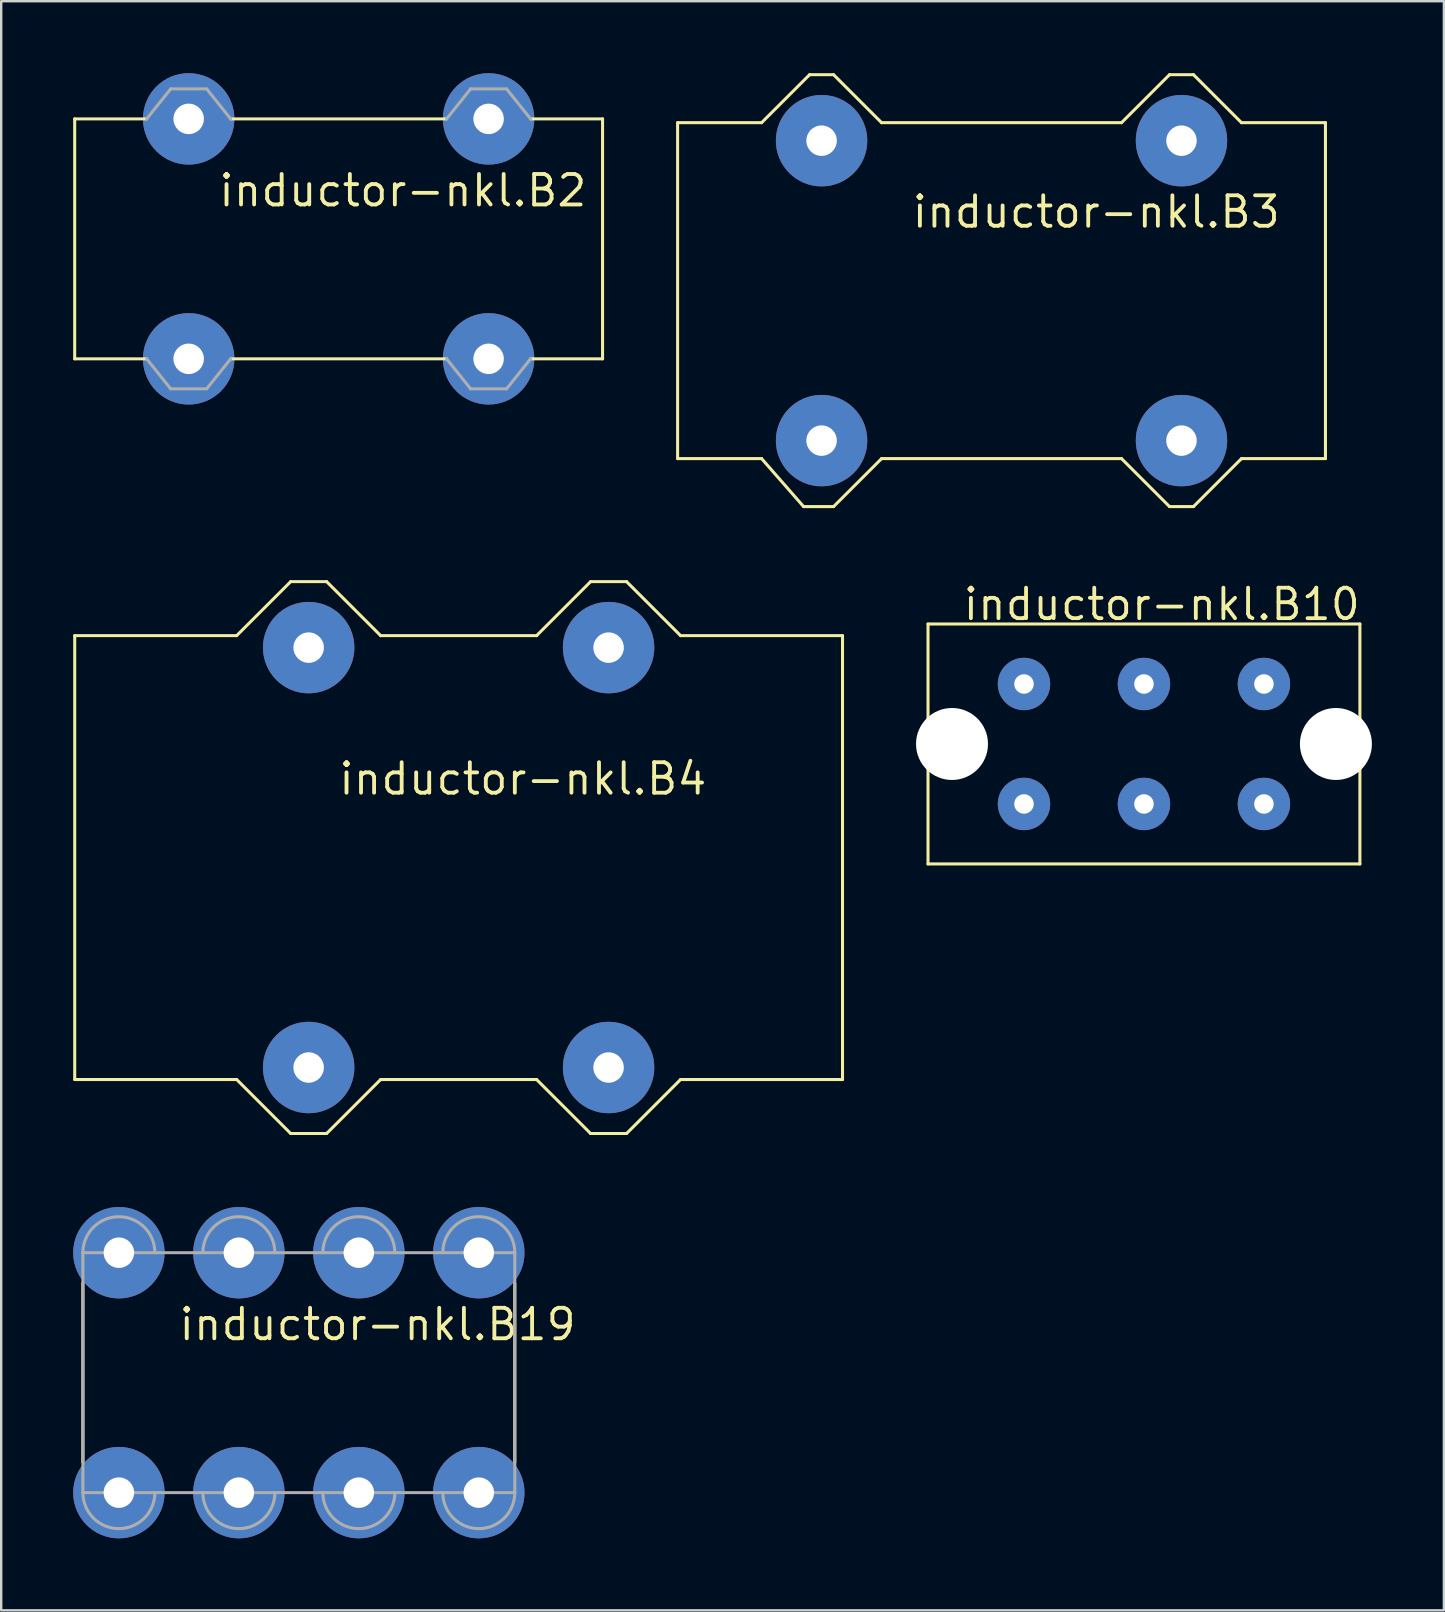
<source format=kicad_pcb>
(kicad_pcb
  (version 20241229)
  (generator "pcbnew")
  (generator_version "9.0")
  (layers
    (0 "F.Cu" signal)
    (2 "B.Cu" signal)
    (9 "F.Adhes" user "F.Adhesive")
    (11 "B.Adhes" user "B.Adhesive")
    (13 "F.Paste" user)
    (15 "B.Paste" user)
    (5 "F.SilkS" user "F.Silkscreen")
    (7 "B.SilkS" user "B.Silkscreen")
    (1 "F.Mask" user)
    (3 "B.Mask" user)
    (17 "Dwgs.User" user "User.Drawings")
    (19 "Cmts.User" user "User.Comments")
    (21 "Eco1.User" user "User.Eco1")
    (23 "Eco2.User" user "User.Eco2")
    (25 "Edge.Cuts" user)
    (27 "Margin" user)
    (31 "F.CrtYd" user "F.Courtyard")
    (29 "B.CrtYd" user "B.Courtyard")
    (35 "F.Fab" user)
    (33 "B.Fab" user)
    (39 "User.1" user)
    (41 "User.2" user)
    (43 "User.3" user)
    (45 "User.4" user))
  (footprint "inductor-nkl.B2"
    (layer "F.Cu")
    (at 11.063 6.905)
    (property "Reference" "inductor-nkl.B2" (at -5.08 -1.27 0) (layer "F.SilkS") (effects (font (size 1.27 1.27) (thickness 0.16)) (justify left bottom)))
    (attr through_hole)
    (fp_line (start -11 -5) (end -8 -5) (stroke (width 0.127) (type default)) (layer "F.SilkS"))
    (fp_line (start -11 5) (end -11 -5) (stroke (width 0.127) (type default)) (layer "F.SilkS"))
    (fp_line (start -8 5) (end -11 5) (stroke (width 0.127) (type default)) (layer "F.SilkS"))
    (fp_line (start -4.5 -5) (end 4.5 -5) (stroke (width 0.127) (type default)) (layer "F.SilkS"))
    (fp_line (start 4.5 5) (end -4.5 5) (stroke (width 0.127) (type default)) (layer "F.SilkS"))
    (fp_line (start 8 -5) (end 11 -5) (stroke (width 0.127) (type default)) (layer "F.SilkS"))
    (fp_line (start 11 -5) (end 11 5) (stroke (width 0.127) (type default)) (layer "F.SilkS"))
    (fp_line (start 11 5) (end 8 5) (stroke (width 0.127) (type default)) (layer "F.SilkS"))
    (fp_line (start -8 -5) (end -7 -6.25) (stroke (width 0.127) (type default)) (layer "F.Fab"))
    (fp_line (start -7 -6.25) (end -5.5 -6.25) (stroke (width 0.127) (type default)) (layer "F.Fab"))
    (fp_line (start -7 6.25) (end -8 5) (stroke (width 0.127) (type default)) (layer "F.Fab"))
    (fp_line (start -5.5 -6.25) (end -4.5 -5) (stroke (width 0.127) (type default)) (layer "F.Fab"))
    (fp_line (start -5.5 6.25) (end -7 6.25) (stroke (width 0.127) (type default)) (layer "F.Fab"))
    (fp_line (start -4.5 5) (end -5.5 6.25) (stroke (width 0.127) (type default)) (layer "F.Fab"))
    (fp_line (start 4.5 -5) (end 5.5 -6.25) (stroke (width 0.127) (type default)) (layer "F.Fab"))
    (fp_line (start 5.5 -6.25) (end 7 -6.25) (stroke (width 0.127) (type default)) (layer "F.Fab"))
    (fp_line (start 5.5 6.25) (end 4.5 5) (stroke (width 0.127) (type default)) (layer "F.Fab"))
    (fp_line (start 7 -6.25) (end 8 -5) (stroke (width 0.127) (type default)) (layer "F.Fab"))
    (fp_line (start 7 6.25) (end 5.5 6.25) (stroke (width 0.127) (type default)) (layer "F.Fab"))
    (fp_line (start 8 5) (end 7 6.25) (stroke (width 0.127) (type default)) (layer "F.Fab"))
    (pad "1" thru_hole circle (at -6.25 -5) (size 3.81 3.81) (drill 1.27) (layers "*.Cu" "*.Mask"))
    (pad "2" thru_hole circle (at -6.25 5) (size 3.81 3.81) (drill 1.27) (layers "*.Cu" "*.Mask"))
    (pad "3" thru_hole circle (at 6.25 -5) (size 3.81 3.81) (drill 1.27) (layers "*.Cu" "*.Mask"))
    (pad "4" thru_hole circle (at 6.25 5) (size 3.81 3.81) (drill 1.27) (layers "*.Cu" "*.Mask")))
  (footprint "inductor-nkl.B10"
    (layer "F.Cu")
    (at 44.627 27.957)
    (property "Reference" "inductor-nkl.B10" (at -7.62 -5.08 0) (layer "F.SilkS") (effects (font (size 1.27 1.27) (thickness 0.16)) (justify left bottom)))
    (attr through_hole)
    (fp_line (start -9 -5) (end 9 -5) (stroke (width 0.127) (type default)) (layer "F.SilkS"))
    (fp_line (start -9 5) (end -9 -5) (stroke (width 0.127) (type default)) (layer "F.SilkS"))
    (fp_line (start 9 -5) (end 9 5) (stroke (width 0.127) (type default)) (layer "F.SilkS"))
    (fp_line (start 9 5) (end -9 5) (stroke (width 0.127) (type default)) (layer "F.SilkS"))
    (pad "" np_thru_hole circle (at -8 0) (size 3 3) (drill 3) (layers "*.Cu" "*.Mask"))
    (pad "" np_thru_hole circle (at 8 0) (size 3 3) (drill 3) (layers "*.Cu" "*.Mask"))
    (pad "1" thru_hole circle (at 5 -2.5) (size 2.184 2.184) (drill 0.813) (layers "*.Cu" "*.Mask"))
    (pad "2" thru_hole circle (at 5 2.5) (size 2.184 2.184) (drill 0.813) (layers "*.Cu" "*.Mask"))
    (pad "3" thru_hole circle (at -5 -2.5) (size 2.184 2.184) (drill 0.813) (layers "*.Cu" "*.Mask"))
    (pad "4" thru_hole circle (at -5 2.5) (size 2.184 2.184) (drill 0.813) (layers "*.Cu" "*.Mask"))
    (pad "5" thru_hole circle (at 0 -2.5) (size 2.184 2.184) (drill 0.813) (layers "*.Cu" "*.Mask"))
    (pad "6" thru_hole circle (at 0 2.5) (size 2.184 2.184) (drill 0.813) (layers "*.Cu" "*.Mask")))
  (footprint "inductor-nkl.B3"
    (layer "F.Cu")
    (at 38.691 9.063)
    (property "Reference" "inductor-nkl.B3" (at -3.81 -2.54 0) (layer "F.SilkS") (effects (font (size 1.27 1.27) (thickness 0.16)) (justify left bottom)))
    (attr through_hole)
    (fp_line (start -13.5 -7) (end -10 -7) (stroke (width 0.127) (type default)) (layer "F.SilkS"))
    (fp_line (start -13.5 7) (end -13.5 -7) (stroke (width 0.127) (type default)) (layer "F.SilkS"))
    (fp_line (start -10 -7) (end -8 -9) (stroke (width 0.127) (type default)) (layer "F.SilkS"))
    (fp_line (start -10 7) (end -13.5 7) (stroke (width 0.127) (type default)) (layer "F.SilkS"))
    (fp_line (start -8.25 9) (end -10 7) (stroke (width 0.127) (type default)) (layer "F.SilkS"))
    (fp_line (start -8 -9) (end -7 -9) (stroke (width 0.127) (type default)) (layer "F.SilkS"))
    (fp_line (start -7 -9) (end -5 -7) (stroke (width 0.127) (type default)) (layer "F.SilkS"))
    (fp_line (start -7 9) (end -8.25 9) (stroke (width 0.127) (type default)) (layer "F.SilkS"))
    (fp_line (start -5 -7) (end 5 -7) (stroke (width 0.127) (type default)) (layer "F.SilkS"))
    (fp_line (start -5 7) (end -7 9) (stroke (width 0.127) (type default)) (layer "F.SilkS"))
    (fp_line (start 5 -7) (end 7 -9) (stroke (width 0.127) (type default)) (layer "F.SilkS"))
    (fp_line (start 5 7) (end -5 7) (stroke (width 0.127) (type default)) (layer "F.SilkS"))
    (fp_line (start 7 -9) (end 8 -9) (stroke (width 0.127) (type default)) (layer "F.SilkS"))
    (fp_line (start 7 9) (end 5 7) (stroke (width 0.127) (type default)) (layer "F.SilkS"))
    (fp_line (start 8 -9) (end 10 -7) (stroke (width 0.127) (type default)) (layer "F.SilkS"))
    (fp_line (start 8 9) (end 7 9) (stroke (width 0.127) (type default)) (layer "F.SilkS"))
    (fp_line (start 10 -7) (end 13.5 -7) (stroke (width 0.127) (type default)) (layer "F.SilkS"))
    (fp_line (start 10 7) (end 8 9) (stroke (width 0.127) (type default)) (layer "F.SilkS"))
    (fp_line (start 13.5 -7) (end 13.5 7) (stroke (width 0.127) (type default)) (layer "F.SilkS"))
    (fp_line (start 13.5 7) (end 10 7) (stroke (width 0.127) (type default)) (layer "F.SilkS"))
    (pad "1" thru_hole circle (at -7.5 -6.25) (size 3.81 3.81) (drill 1.27) (layers "*.Cu" "*.Mask"))
    (pad "2" thru_hole circle (at -7.5 6.25) (size 3.81 3.81) (drill 1.27) (layers "*.Cu" "*.Mask"))
    (pad "3" thru_hole circle (at 7.5 -6.25) (size 3.81 3.81) (drill 1.27) (layers "*.Cu" "*.Mask"))
    (pad "4" thru_hole circle (at 7.5 6.25) (size 3.81 3.81) (drill 1.27) (layers "*.Cu" "*.Mask")))
  (footprint "inductor-nkl.B19"
    (layer "F.Cu")
    (at 9.405 54.159)
    (property "Reference" "inductor-nkl.B19" (at -5.08 -1.27 0) (layer "F.SilkS") (effects (font (size 1.27 1.27) (thickness 0.16)) (justify left bottom)))
    (attr through_hole)
    (fp_line (start -9 3.73) (end -9 -3.73) (stroke (width 0.127) (type default)) (layer "F.SilkS"))
    (fp_line (start 9 -3.73) (end 9 3.73) (stroke (width 0.127) (type default)) (layer "F.SilkS"))
    (fp_line (start -9 5) (end -9 -5) (stroke (width 0.127) (type default)) (layer "F.Fab"))
    (fp_line (start 9 -5) (end -9 -5) (stroke (width 0.127) (type default)) (layer "F.Fab"))
    (fp_line (start 9 -5) (end 9 5) (stroke (width 0.127) (type default)) (layer "F.Fab"))
    (fp_line (start 9 5) (end -9 5) (stroke (width 0.127) (type default)) (layer "F.Fab"))
    (fp_arc (start -9 -5) (mid -7.5 -6.5) (end -6 -5) (stroke (width 0.127) (type default)) (layer "F.Fab"))
    (fp_arc (start -6 5) (mid -7.5 6.5) (end -9 5) (stroke (width 0.127) (type default)) (layer "F.Fab"))
    (fp_arc (start -4 -5) (mid -2.5 -6.5) (end -1 -5) (stroke (width 0.127) (type default)) (layer "F.Fab"))
    (fp_arc (start -1 5) (mid -2.5 6.5) (end -4 5) (stroke (width 0.127) (type default)) (layer "F.Fab"))
    (fp_arc (start 1 -5) (mid 2.5 -6.5) (end 4 -5) (stroke (width 0.127) (type default)) (layer "F.Fab"))
    (fp_arc (start 4 5) (mid 2.5 6.5) (end 1 5) (stroke (width 0.127) (type default)) (layer "F.Fab"))
    (fp_arc (start 6 -5) (mid 7.5 -6.5) (end 9 -5) (stroke (width 0.127) (type default)) (layer "F.Fab"))
    (fp_arc (start 9 5) (mid 7.5 6.5) (end 6 5) (stroke (width 0.127) (type default)) (layer "F.Fab"))
    (pad "1" thru_hole circle (at -7.5 5) (size 3.81 3.81) (drill 1.27) (layers "*.Cu" "*.Mask"))
    (pad "2" thru_hole circle (at -2.5 5) (size 3.81 3.81) (drill 1.27) (layers "*.Cu" "*.Mask"))
    (pad "3" thru_hole circle (at 2.5 5) (size 3.81 3.81) (drill 1.27) (layers "*.Cu" "*.Mask"))
    (pad "4" thru_hole circle (at 7.5 5) (size 3.81 3.81) (drill 1.27) (layers "*.Cu" "*.Mask"))
    (pad "5" thru_hole circle (at 7.5 -5) (size 3.81 3.81) (drill 1.27) (layers "*.Cu" "*.Mask"))
    (pad "6" thru_hole circle (at 2.5 -5) (size 3.81 3.81) (drill 1.27) (layers "*.Cu" "*.Mask"))
    (pad "7" thru_hole circle (at -2.5 -5) (size 3.81 3.81) (drill 1.27) (layers "*.Cu" "*.Mask"))
    (pad "8" thru_hole circle (at -7.5 -5) (size 3.81 3.81) (drill 1.27) (layers "*.Cu" "*.Mask")))
  (footprint "inductor-nkl.B4"
    (layer "F.Cu")
    (at 16.064 32.691)
    (property "Reference" "inductor-nkl.B4" (at -5.08 -2.54 0) (layer "F.SilkS") (effects (font (size 1.27 1.27) (thickness 0.16)) (justify left bottom)))
    (attr through_hole)
    (fp_line (start -16 -9.25) (end -9.25 -9.25) (stroke (width 0.127) (type default)) (layer "F.SilkS"))
    (fp_line (start -16 9.25) (end -16 -9.25) (stroke (width 0.127) (type default)) (layer "F.SilkS"))
    (fp_line (start -9.25 -9.25) (end -7 -11.5) (stroke (width 0.127) (type default)) (layer "F.SilkS"))
    (fp_line (start -9.25 9.25) (end -16 9.25) (stroke (width 0.127) (type default)) (layer "F.SilkS"))
    (fp_line (start -7 -11.5) (end -5.5 -11.5) (stroke (width 0.127) (type default)) (layer "F.SilkS"))
    (fp_line (start -7 11.5) (end -9.25 9.25) (stroke (width 0.127) (type default)) (layer "F.SilkS"))
    (fp_line (start -5.5 -11.5) (end -3.25 -9.25) (stroke (width 0.127) (type default)) (layer "F.SilkS"))
    (fp_line (start -5.5 11.5) (end -7 11.5) (stroke (width 0.127) (type default)) (layer "F.SilkS"))
    (fp_line (start -3.25 -9.25) (end 3.25 -9.25) (stroke (width 0.127) (type default)) (layer "F.SilkS"))
    (fp_line (start -3.25 9.25) (end -5.5 11.5) (stroke (width 0.127) (type default)) (layer "F.SilkS"))
    (fp_line (start 3.25 -9.25) (end 5.5 -11.5) (stroke (width 0.127) (type default)) (layer "F.SilkS"))
    (fp_line (start 3.25 9.25) (end -3.25 9.25) (stroke (width 0.127) (type default)) (layer "F.SilkS"))
    (fp_line (start 5.5 -11.5) (end 7 -11.5) (stroke (width 0.127) (type default)) (layer "F.SilkS"))
    (fp_line (start 5.5 11.5) (end 3.25 9.25) (stroke (width 0.127) (type default)) (layer "F.SilkS"))
    (fp_line (start 7 -11.5) (end 9.25 -9.25) (stroke (width 0.127) (type default)) (layer "F.SilkS"))
    (fp_line (start 7 11.5) (end 5.5 11.5) (stroke (width 0.127) (type default)) (layer "F.SilkS"))
    (fp_line (start 9.25 -9.25) (end 16 -9.25) (stroke (width 0.127) (type default)) (layer "F.SilkS"))
    (fp_line (start 9.25 9.25) (end 7 11.5) (stroke (width 0.127) (type default)) (layer "F.SilkS"))
    (fp_line (start 16 -9.25) (end 16 9.25) (stroke (width 0.127) (type default)) (layer "F.SilkS"))
    (fp_line (start 16 9.25) (end 9.25 9.25) (stroke (width 0.127) (type default)) (layer "F.SilkS"))
    (pad "1" thru_hole circle (at -6.25 -8.75) (size 3.81 3.81) (drill 1.27) (layers "*.Cu" "*.Mask"))
    (pad "2" thru_hole circle (at -6.25 8.75) (size 3.81 3.81) (drill 1.27) (layers "*.Cu" "*.Mask"))
    (pad "3" thru_hole circle (at 6.25 -8.75) (size 3.81 3.81) (drill 1.27) (layers "*.Cu" "*.Mask"))
    (pad "4" thru_hole circle (at 6.25 8.75) (size 3.81 3.81) (drill 1.27) (layers "*.Cu" "*.Mask")))
  (gr_rect
    (start -3 -3)
    (end 57.127 64.064)
    (stroke (width 0.1) (type default))
    (fill no)
    (layer "Edge.Cuts")))
</source>
